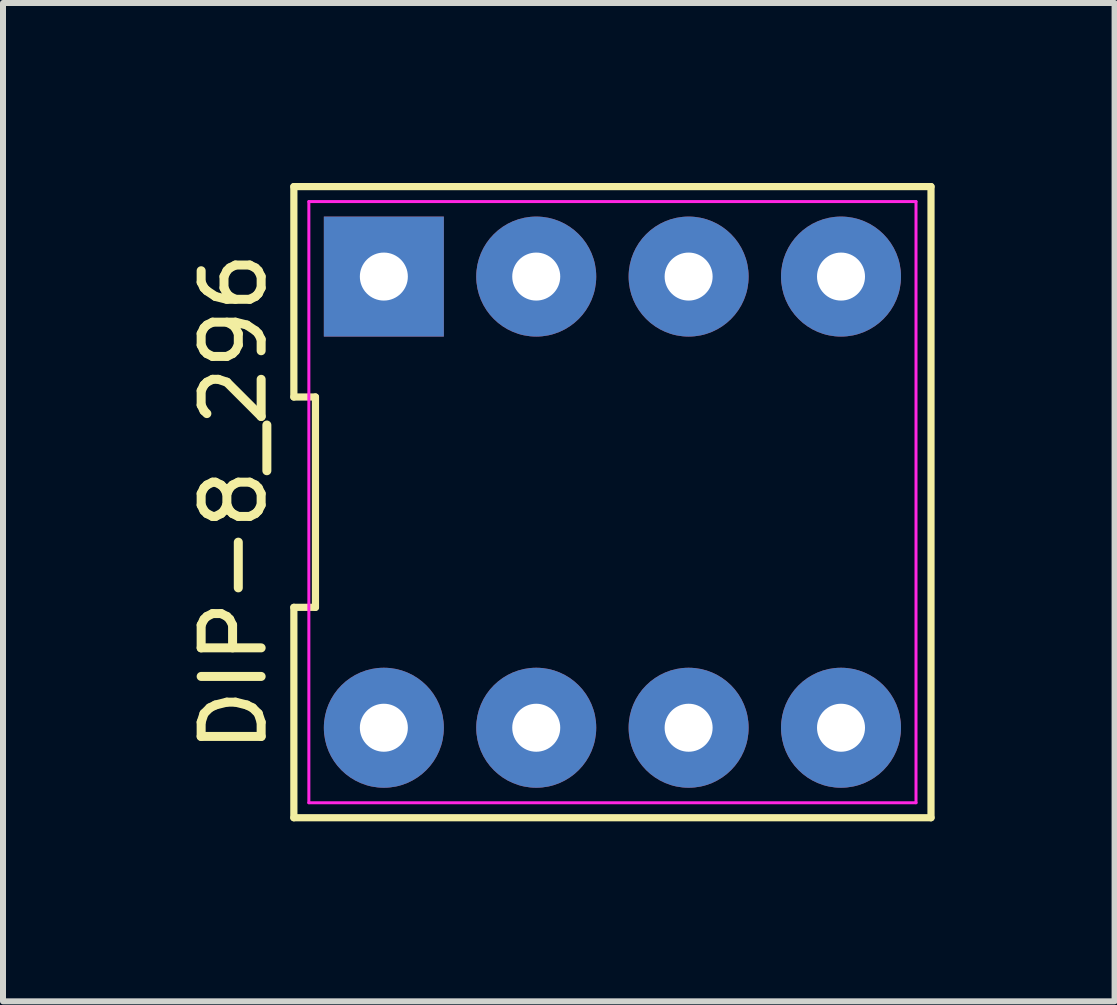
<source format=kicad_pcb>
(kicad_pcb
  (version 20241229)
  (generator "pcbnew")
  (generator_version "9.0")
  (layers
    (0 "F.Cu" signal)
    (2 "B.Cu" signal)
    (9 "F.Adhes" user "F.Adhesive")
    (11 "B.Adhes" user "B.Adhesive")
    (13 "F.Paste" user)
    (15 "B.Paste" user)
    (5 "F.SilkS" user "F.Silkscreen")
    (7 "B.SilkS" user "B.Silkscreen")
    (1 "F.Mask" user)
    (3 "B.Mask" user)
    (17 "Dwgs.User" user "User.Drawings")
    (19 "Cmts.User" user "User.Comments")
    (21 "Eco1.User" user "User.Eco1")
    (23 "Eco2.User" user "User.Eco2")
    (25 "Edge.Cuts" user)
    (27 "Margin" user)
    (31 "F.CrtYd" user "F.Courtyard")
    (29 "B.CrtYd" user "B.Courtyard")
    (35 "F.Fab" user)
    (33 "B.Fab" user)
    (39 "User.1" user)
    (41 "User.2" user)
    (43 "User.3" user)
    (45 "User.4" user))
  (footprint "DIP-8_296"
    (layer "F.Cu")
    (at 7.158 5.32)
    (property "Reference" "DIP-8_296" (at -6.31 0 90) (layer "F.SilkS") (effects (font (size 1 1) (thickness 0.15))))
    (attr through_hole)
    (fp_line (start -5.31 -5.26) (end -5.31 -1.753) (stroke (width 0.12) (type solid)) (layer "F.SilkS"))
    (fp_line (start -5.31 -1.753) (end -4.95 -1.753) (stroke (width 0.12) (type solid)) (layer "F.SilkS"))
    (fp_line (start -5.31 1.753) (end -5.31 5.26) (stroke (width 0.12) (type solid)) (layer "F.SilkS"))
    (fp_line (start -5.31 5.26) (end 5.31 5.26) (stroke (width 0.12) (type solid)) (layer "F.SilkS"))
    (fp_line (start -4.95 -1.753) (end -4.95 1.753) (stroke (width 0.12) (type solid)) (layer "F.SilkS"))
    (fp_line (start -4.95 1.753) (end -5.31 1.753) (stroke (width 0.12) (type solid)) (layer "F.SilkS"))
    (fp_line (start 5.31 -5.26) (end -5.31 -5.26) (stroke (width 0.12) (type solid)) (layer "F.SilkS"))
    (fp_line (start 5.31 5.26) (end 5.31 -5.26) (stroke (width 0.12) (type solid)) (layer "F.SilkS"))
    (fp_line (start -5.06 -5.01) (end 5.06 -5.01) (stroke (width 0.05) (type solid)) (layer "F.CrtYd"))
    (fp_line (start -5.06 5.01) (end -5.06 -5.01) (stroke (width 0.05) (type solid)) (layer "F.CrtYd"))
    (fp_line (start 5.06 -5.01) (end 5.06 5.01) (stroke (width 0.05) (type solid)) (layer "F.CrtYd"))
    (fp_line (start 5.06 5.01) (end -5.06 5.01) (stroke (width 0.05) (type solid)) (layer "F.CrtYd"))
    (pad "1" thru_hole circle (at -3.81 3.76) (size 2 2) (drill 0.8) (layers "*.Cu" "*.Mask"))
    (pad "2" thru_hole circle (at -1.27 3.76) (size 2 2) (drill 0.8) (layers "*.Cu" "*.Mask"))
    (pad "3" thru_hole circle (at 1.27 3.76) (size 2 2) (drill 0.8) (layers "*.Cu" "*.Mask"))
    (pad "4" thru_hole circle (at 3.81 3.76) (size 2 2) (drill 0.8) (layers "*.Cu" "*.Mask"))
    (pad "5" thru_hole circle (at 3.81 -3.76) (size 2 2) (drill 0.8) (layers "*.Cu" "*.Mask"))
    (pad "6" thru_hole circle (at 1.27 -3.76) (size 2 2) (drill 0.8) (layers "*.Cu" "*.Mask"))
    (pad "7" thru_hole circle (at -1.27 -3.76) (size 2 2) (drill 0.8) (layers "*.Cu" "*.Mask"))
    (pad "8" thru_hole rect (at -3.81 -3.76) (size 2 2) (drill 0.8) (layers "*.Cu" "*.Mask")))
  (gr_rect
    (start -3 -3)
    (end 15.528 13.64)
    (stroke (width 0.1) (type default))
    (fill no)
    (layer "Edge.Cuts")))
</source>
